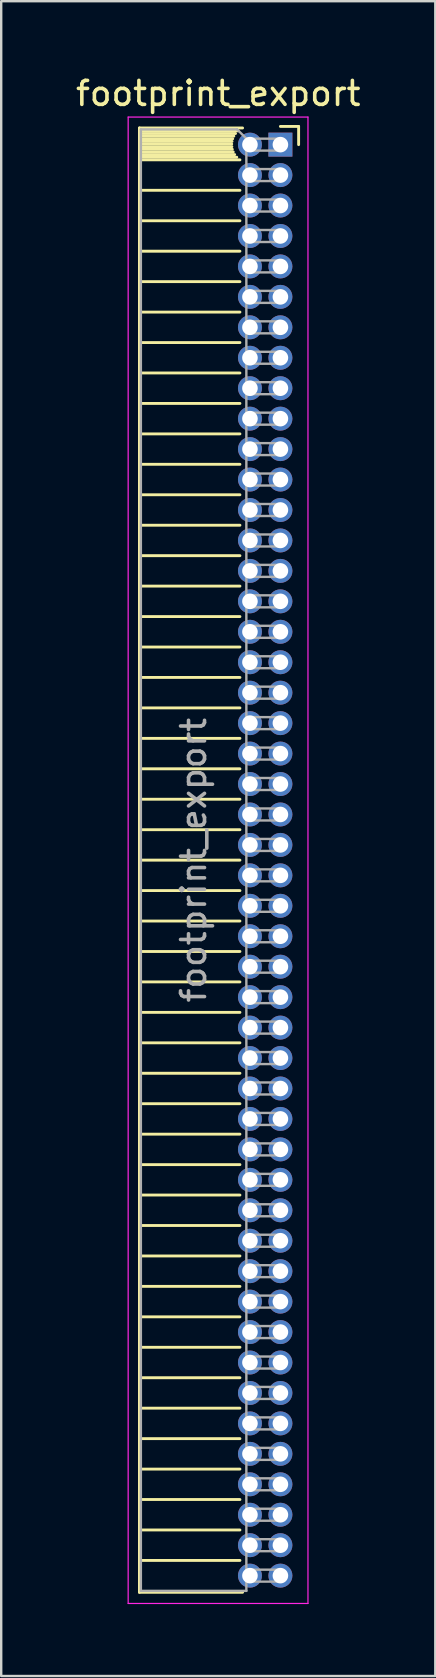
<source format=kicad_pcb>
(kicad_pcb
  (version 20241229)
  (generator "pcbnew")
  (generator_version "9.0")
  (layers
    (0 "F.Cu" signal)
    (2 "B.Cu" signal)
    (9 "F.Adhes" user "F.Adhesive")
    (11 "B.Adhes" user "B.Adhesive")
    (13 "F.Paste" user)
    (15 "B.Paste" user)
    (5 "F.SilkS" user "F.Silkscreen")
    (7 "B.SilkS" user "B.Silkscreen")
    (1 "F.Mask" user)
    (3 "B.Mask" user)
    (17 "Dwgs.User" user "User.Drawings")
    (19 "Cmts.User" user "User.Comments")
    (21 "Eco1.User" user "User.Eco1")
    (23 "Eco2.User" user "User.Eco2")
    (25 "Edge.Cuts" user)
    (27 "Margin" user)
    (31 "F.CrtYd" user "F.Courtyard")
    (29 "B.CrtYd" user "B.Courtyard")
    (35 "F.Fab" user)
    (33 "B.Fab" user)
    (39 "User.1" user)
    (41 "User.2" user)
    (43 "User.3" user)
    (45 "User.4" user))
  (footprint "footprint_export"
    (layer "F.Cu")
    (at 8.646 2.983)
    (property "Reference" "footprint_export" (at -2.592 -2.135 0) (layer "F.SilkS") (effects (font (size 1 1) (thickness 0.15))))
    (attr through_hole)
    (fp_line (start -5.88 -0.695) (end -5.88 60.385) (stroke (width 0.12) (type solid)) (layer "F.SilkS"))
    (fp_line (start -5.88 -0.695) (end -1.578 -0.695) (stroke (width 0.12) (type solid)) (layer "F.SilkS"))
    (fp_line (start -5.88 -0.575) (end -1.767 -0.575) (stroke (width 0.12) (type solid)) (layer "F.SilkS"))
    (fp_line (start -5.88 -0.465) (end -1.871 -0.465) (stroke (width 0.12) (type solid)) (layer "F.SilkS"))
    (fp_line (start -5.88 -0.355) (end -1.942 -0.355) (stroke (width 0.12) (type solid)) (layer "F.SilkS"))
    (fp_line (start -5.88 -0.245) (end -1.989 -0.245) (stroke (width 0.12) (type solid)) (layer "F.SilkS"))
    (fp_line (start -5.88 -0.135) (end -2.018 -0.135) (stroke (width 0.12) (type solid)) (layer "F.SilkS"))
    (fp_line (start -5.88 -0.025) (end -2.03 -0.025) (stroke (width 0.12) (type solid)) (layer "F.SilkS"))
    (fp_line (start -5.88 0.085) (end -2.025 0.085) (stroke (width 0.12) (type solid)) (layer "F.SilkS"))
    (fp_line (start -5.88 0.195) (end -2.005 0.195) (stroke (width 0.12) (type solid)) (layer "F.SilkS"))
    (fp_line (start -5.88 0.305) (end -1.966 0.305) (stroke (width 0.12) (type solid)) (layer "F.SilkS"))
    (fp_line (start -5.88 0.415) (end -1.907 0.415) (stroke (width 0.12) (type solid)) (layer "F.SilkS"))
    (fp_line (start -5.88 0.525) (end -1.82 0.525) (stroke (width 0.12) (type solid)) (layer "F.SilkS"))
    (fp_line (start -5.88 0.635) (end -1.688 0.635) (stroke (width 0.12) (type solid)) (layer "F.SilkS"))
    (fp_line (start -5.88 1.905) (end -1.688 1.905) (stroke (width 0.12) (type solid)) (layer "F.SilkS"))
    (fp_line (start -5.88 3.175) (end -1.688 3.175) (stroke (width 0.12) (type solid)) (layer "F.SilkS"))
    (fp_line (start -5.88 4.445) (end -1.688 4.445) (stroke (width 0.12) (type solid)) (layer "F.SilkS"))
    (fp_line (start -5.88 5.715) (end -1.688 5.715) (stroke (width 0.12) (type solid)) (layer "F.SilkS"))
    (fp_line (start -5.88 6.985) (end -1.688 6.985) (stroke (width 0.12) (type solid)) (layer "F.SilkS"))
    (fp_line (start -5.88 8.255) (end -1.688 8.255) (stroke (width 0.12) (type solid)) (layer "F.SilkS"))
    (fp_line (start -5.88 9.525) (end -1.688 9.525) (stroke (width 0.12) (type solid)) (layer "F.SilkS"))
    (fp_line (start -5.88 10.795) (end -1.688 10.795) (stroke (width 0.12) (type solid)) (layer "F.SilkS"))
    (fp_line (start -5.88 12.065) (end -1.688 12.065) (stroke (width 0.12) (type solid)) (layer "F.SilkS"))
    (fp_line (start -5.88 13.335) (end -1.688 13.335) (stroke (width 0.12) (type solid)) (layer "F.SilkS"))
    (fp_line (start -5.88 14.605) (end -1.688 14.605) (stroke (width 0.12) (type solid)) (layer "F.SilkS"))
    (fp_line (start -5.88 15.875) (end -1.688 15.875) (stroke (width 0.12) (type solid)) (layer "F.SilkS"))
    (fp_line (start -5.88 17.145) (end -1.688 17.145) (stroke (width 0.12) (type solid)) (layer "F.SilkS"))
    (fp_line (start -5.88 18.415) (end -1.688 18.415) (stroke (width 0.12) (type solid)) (layer "F.SilkS"))
    (fp_line (start -5.88 19.685) (end -1.688 19.685) (stroke (width 0.12) (type solid)) (layer "F.SilkS"))
    (fp_line (start -5.88 20.955) (end -1.688 20.955) (stroke (width 0.12) (type solid)) (layer "F.SilkS"))
    (fp_line (start -5.88 22.225) (end -1.688 22.225) (stroke (width 0.12) (type solid)) (layer "F.SilkS"))
    (fp_line (start -5.88 23.495) (end -1.688 23.495) (stroke (width 0.12) (type solid)) (layer "F.SilkS"))
    (fp_line (start -5.88 24.765) (end -1.688 24.765) (stroke (width 0.12) (type solid)) (layer "F.SilkS"))
    (fp_line (start -5.88 26.035) (end -1.688 26.035) (stroke (width 0.12) (type solid)) (layer "F.SilkS"))
    (fp_line (start -5.88 27.305) (end -1.688 27.305) (stroke (width 0.12) (type solid)) (layer "F.SilkS"))
    (fp_line (start -5.88 28.575) (end -1.688 28.575) (stroke (width 0.12) (type solid)) (layer "F.SilkS"))
    (fp_line (start -5.88 29.845) (end -1.688 29.845) (stroke (width 0.12) (type solid)) (layer "F.SilkS"))
    (fp_line (start -5.88 31.115) (end -1.688 31.115) (stroke (width 0.12) (type solid)) (layer "F.SilkS"))
    (fp_line (start -5.88 32.385) (end -1.688 32.385) (stroke (width 0.12) (type solid)) (layer "F.SilkS"))
    (fp_line (start -5.88 33.655) (end -1.688 33.655) (stroke (width 0.12) (type solid)) (layer "F.SilkS"))
    (fp_line (start -5.88 34.925) (end -1.688 34.925) (stroke (width 0.12) (type solid)) (layer "F.SilkS"))
    (fp_line (start -5.88 36.195) (end -1.688 36.195) (stroke (width 0.12) (type solid)) (layer "F.SilkS"))
    (fp_line (start -5.88 37.465) (end -1.688 37.465) (stroke (width 0.12) (type solid)) (layer "F.SilkS"))
    (fp_line (start -5.88 38.735) (end -1.688 38.735) (stroke (width 0.12) (type solid)) (layer "F.SilkS"))
    (fp_line (start -5.88 40.005) (end -1.688 40.005) (stroke (width 0.12) (type solid)) (layer "F.SilkS"))
    (fp_line (start -5.88 41.275) (end -1.688 41.275) (stroke (width 0.12) (type solid)) (layer "F.SilkS"))
    (fp_line (start -5.88 42.545) (end -1.688 42.545) (stroke (width 0.12) (type solid)) (layer "F.SilkS"))
    (fp_line (start -5.88 43.815) (end -1.688 43.815) (stroke (width 0.12) (type solid)) (layer "F.SilkS"))
    (fp_line (start -5.88 45.085) (end -1.688 45.085) (stroke (width 0.12) (type solid)) (layer "F.SilkS"))
    (fp_line (start -5.88 46.355) (end -1.688 46.355) (stroke (width 0.12) (type solid)) (layer "F.SilkS"))
    (fp_line (start -5.88 47.625) (end -1.688 47.625) (stroke (width 0.12) (type solid)) (layer "F.SilkS"))
    (fp_line (start -5.88 48.895) (end -1.688 48.895) (stroke (width 0.12) (type solid)) (layer "F.SilkS"))
    (fp_line (start -5.88 50.165) (end -1.688 50.165) (stroke (width 0.12) (type solid)) (layer "F.SilkS"))
    (fp_line (start -5.88 51.435) (end -1.688 51.435) (stroke (width 0.12) (type solid)) (layer "F.SilkS"))
    (fp_line (start -5.88 52.705) (end -1.688 52.705) (stroke (width 0.12) (type solid)) (layer "F.SilkS"))
    (fp_line (start -5.88 53.975) (end -1.688 53.975) (stroke (width 0.12) (type solid)) (layer "F.SilkS"))
    (fp_line (start -5.88 55.245) (end -1.688 55.245) (stroke (width 0.12) (type solid)) (layer "F.SilkS"))
    (fp_line (start -5.88 56.515) (end -1.688 56.515) (stroke (width 0.12) (type solid)) (layer "F.SilkS"))
    (fp_line (start -5.88 57.785) (end -1.688 57.785) (stroke (width 0.12) (type solid)) (layer "F.SilkS"))
    (fp_line (start -5.88 59.055) (end -1.688 59.055) (stroke (width 0.12) (type solid)) (layer "F.SilkS"))
    (fp_line (start -5.88 60.385) (end -1.578 60.385) (stroke (width 0.12) (type solid)) (layer "F.SilkS"))
    (fp_line (start 0 -0.76) (end 0.76 -0.76) (stroke (width 0.12) (type solid)) (layer "F.SilkS"))
    (fp_line (start 0.76 -0.76) (end 0.76 0) (stroke (width 0.12) (type solid)) (layer "F.SilkS"))
    (fp_line (start -6.35 -1.15) (end -6.35 60.85) (stroke (width 0.05) (type solid)) (layer "F.CrtYd"))
    (fp_line (start -6.35 60.85) (end 1.15 60.85) (stroke (width 0.05) (type solid)) (layer "F.CrtYd"))
    (fp_line (start 1.15 -1.15) (end -6.35 -1.15) (stroke (width 0.05) (type solid)) (layer "F.CrtYd"))
    (fp_line (start 1.15 60.85) (end 1.15 -1.15) (stroke (width 0.05) (type solid)) (layer "F.CrtYd"))
    (fp_line (start -5.82 -0.635) (end -1.805 -0.635) (stroke (width 0.1) (type solid)) (layer "F.Fab"))
    (fp_line (start -5.82 60.325) (end -5.82 -0.635) (stroke (width 0.1) (type solid)) (layer "F.Fab"))
    (fp_line (start -1.805 -0.635) (end -1.42 -0.25) (stroke (width 0.1) (type solid)) (layer "F.Fab"))
    (fp_line (start -1.42 -0.25) (end -1.42 60.325) (stroke (width 0.1) (type solid)) (layer "F.Fab"))
    (fp_line (start -1.42 0.25) (end 0 0.25) (stroke (width 0.1) (type solid)) (layer "F.Fab"))
    (fp_line (start -1.42 1.52) (end 0 1.52) (stroke (width 0.1) (type solid)) (layer "F.Fab"))
    (fp_line (start -1.42 2.79) (end 0 2.79) (stroke (width 0.1) (type solid)) (layer "F.Fab"))
    (fp_line (start -1.42 4.06) (end 0 4.06) (stroke (width 0.1) (type solid)) (layer "F.Fab"))
    (fp_line (start -1.42 5.33) (end 0 5.33) (stroke (width 0.1) (type solid)) (layer "F.Fab"))
    (fp_line (start -1.42 6.6) (end 0 6.6) (stroke (width 0.1) (type solid)) (layer "F.Fab"))
    (fp_line (start -1.42 7.87) (end 0 7.87) (stroke (width 0.1) (type solid)) (layer "F.Fab"))
    (fp_line (start -1.42 9.14) (end 0 9.14) (stroke (width 0.1) (type solid)) (layer "F.Fab"))
    (fp_line (start -1.42 10.41) (end 0 10.41) (stroke (width 0.1) (type solid)) (layer "F.Fab"))
    (fp_line (start -1.42 11.68) (end 0 11.68) (stroke (width 0.1) (type solid)) (layer "F.Fab"))
    (fp_line (start -1.42 12.95) (end 0 12.95) (stroke (width 0.1) (type solid)) (layer "F.Fab"))
    (fp_line (start -1.42 14.22) (end 0 14.22) (stroke (width 0.1) (type solid)) (layer "F.Fab"))
    (fp_line (start -1.42 15.49) (end 0 15.49) (stroke (width 0.1) (type solid)) (layer "F.Fab"))
    (fp_line (start -1.42 16.76) (end 0 16.76) (stroke (width 0.1) (type solid)) (layer "F.Fab"))
    (fp_line (start -1.42 18.03) (end 0 18.03) (stroke (width 0.1) (type solid)) (layer "F.Fab"))
    (fp_line (start -1.42 19.3) (end 0 19.3) (stroke (width 0.1) (type solid)) (layer "F.Fab"))
    (fp_line (start -1.42 20.57) (end 0 20.57) (stroke (width 0.1) (type solid)) (layer "F.Fab"))
    (fp_line (start -1.42 21.84) (end 0 21.84) (stroke (width 0.1) (type solid)) (layer "F.Fab"))
    (fp_line (start -1.42 23.11) (end 0 23.11) (stroke (width 0.1) (type solid)) (layer "F.Fab"))
    (fp_line (start -1.42 24.38) (end 0 24.38) (stroke (width 0.1) (type solid)) (layer "F.Fab"))
    (fp_line (start -1.42 25.65) (end 0 25.65) (stroke (width 0.1) (type solid)) (layer "F.Fab"))
    (fp_line (start -1.42 26.92) (end 0 26.92) (stroke (width 0.1) (type solid)) (layer "F.Fab"))
    (fp_line (start -1.42 28.19) (end 0 28.19) (stroke (width 0.1) (type solid)) (layer "F.Fab"))
    (fp_line (start -1.42 29.46) (end 0 29.46) (stroke (width 0.1) (type solid)) (layer "F.Fab"))
    (fp_line (start -1.42 30.73) (end 0 30.73) (stroke (width 0.1) (type solid)) (layer "F.Fab"))
    (fp_line (start -1.42 32) (end 0 32) (stroke (width 0.1) (type solid)) (layer "F.Fab"))
    (fp_line (start -1.42 33.27) (end 0 33.27) (stroke (width 0.1) (type solid)) (layer "F.Fab"))
    (fp_line (start -1.42 34.54) (end 0 34.54) (stroke (width 0.1) (type solid)) (layer "F.Fab"))
    (fp_line (start -1.42 35.81) (end 0 35.81) (stroke (width 0.1) (type solid)) (layer "F.Fab"))
    (fp_line (start -1.42 37.08) (end 0 37.08) (stroke (width 0.1) (type solid)) (layer "F.Fab"))
    (fp_line (start -1.42 38.35) (end 0 38.35) (stroke (width 0.1) (type solid)) (layer "F.Fab"))
    (fp_line (start -1.42 39.62) (end 0 39.62) (stroke (width 0.1) (type solid)) (layer "F.Fab"))
    (fp_line (start -1.42 40.89) (end 0 40.89) (stroke (width 0.1) (type solid)) (layer "F.Fab"))
    (fp_line (start -1.42 42.16) (end 0 42.16) (stroke (width 0.1) (type solid)) (layer "F.Fab"))
    (fp_line (start -1.42 43.43) (end 0 43.43) (stroke (width 0.1) (type solid)) (layer "F.Fab"))
    (fp_line (start -1.42 44.7) (end 0 44.7) (stroke (width 0.1) (type solid)) (layer "F.Fab"))
    (fp_line (start -1.42 45.97) (end 0 45.97) (stroke (width 0.1) (type solid)) (layer "F.Fab"))
    (fp_line (start -1.42 47.24) (end 0 47.24) (stroke (width 0.1) (type solid)) (layer "F.Fab"))
    (fp_line (start -1.42 48.51) (end 0 48.51) (stroke (width 0.1) (type solid)) (layer "F.Fab"))
    (fp_line (start -1.42 49.78) (end 0 49.78) (stroke (width 0.1) (type solid)) (layer "F.Fab"))
    (fp_line (start -1.42 51.05) (end 0 51.05) (stroke (width 0.1) (type solid)) (layer "F.Fab"))
    (fp_line (start -1.42 52.32) (end 0 52.32) (stroke (width 0.1) (type solid)) (layer "F.Fab"))
    (fp_line (start -1.42 53.59) (end 0 53.59) (stroke (width 0.1) (type solid)) (layer "F.Fab"))
    (fp_line (start -1.42 54.86) (end 0 54.86) (stroke (width 0.1) (type solid)) (layer "F.Fab"))
    (fp_line (start -1.42 56.13) (end 0 56.13) (stroke (width 0.1) (type solid)) (layer "F.Fab"))
    (fp_line (start -1.42 57.4) (end 0 57.4) (stroke (width 0.1) (type solid)) (layer "F.Fab"))
    (fp_line (start -1.42 58.67) (end 0 58.67) (stroke (width 0.1) (type solid)) (layer "F.Fab"))
    (fp_line (start -1.42 59.94) (end 0 59.94) (stroke (width 0.1) (type solid)) (layer "F.Fab"))
    (fp_line (start -1.42 60.325) (end -5.82 60.325) (stroke (width 0.1) (type solid)) (layer "F.Fab"))
    (fp_line (start 0 -0.25) (end -1.42 -0.25) (stroke (width 0.1) (type solid)) (layer "F.Fab"))
    (fp_line (start 0 0.25) (end 0 -0.25) (stroke (width 0.1) (type solid)) (layer "F.Fab"))
    (fp_line (start 0 1.02) (end -1.42 1.02) (stroke (width 0.1) (type solid)) (layer "F.Fab"))
    (fp_line (start 0 1.52) (end 0 1.02) (stroke (width 0.1) (type solid)) (layer "F.Fab"))
    (fp_line (start 0 2.29) (end -1.42 2.29) (stroke (width 0.1) (type solid)) (layer "F.Fab"))
    (fp_line (start 0 2.79) (end 0 2.29) (stroke (width 0.1) (type solid)) (layer "F.Fab"))
    (fp_line (start 0 3.56) (end -1.42 3.56) (stroke (width 0.1) (type solid)) (layer "F.Fab"))
    (fp_line (start 0 4.06) (end 0 3.56) (stroke (width 0.1) (type solid)) (layer "F.Fab"))
    (fp_line (start 0 4.83) (end -1.42 4.83) (stroke (width 0.1) (type solid)) (layer "F.Fab"))
    (fp_line (start 0 5.33) (end 0 4.83) (stroke (width 0.1) (type solid)) (layer "F.Fab"))
    (fp_line (start 0 6.1) (end -1.42 6.1) (stroke (width 0.1) (type solid)) (layer "F.Fab"))
    (fp_line (start 0 6.6) (end 0 6.1) (stroke (width 0.1) (type solid)) (layer "F.Fab"))
    (fp_line (start 0 7.37) (end -1.42 7.37) (stroke (width 0.1) (type solid)) (layer "F.Fab"))
    (fp_line (start 0 7.87) (end 0 7.37) (stroke (width 0.1) (type solid)) (layer "F.Fab"))
    (fp_line (start 0 8.64) (end -1.42 8.64) (stroke (width 0.1) (type solid)) (layer "F.Fab"))
    (fp_line (start 0 9.14) (end 0 8.64) (stroke (width 0.1) (type solid)) (layer "F.Fab"))
    (fp_line (start 0 9.91) (end -1.42 9.91) (stroke (width 0.1) (type solid)) (layer "F.Fab"))
    (fp_line (start 0 10.41) (end 0 9.91) (stroke (width 0.1) (type solid)) (layer "F.Fab"))
    (fp_line (start 0 11.18) (end -1.42 11.18) (stroke (width 0.1) (type solid)) (layer "F.Fab"))
    (fp_line (start 0 11.68) (end 0 11.18) (stroke (width 0.1) (type solid)) (layer "F.Fab"))
    (fp_line (start 0 12.45) (end -1.42 12.45) (stroke (width 0.1) (type solid)) (layer "F.Fab"))
    (fp_line (start 0 12.95) (end 0 12.45) (stroke (width 0.1) (type solid)) (layer "F.Fab"))
    (fp_line (start 0 13.72) (end -1.42 13.72) (stroke (width 0.1) (type solid)) (layer "F.Fab"))
    (fp_line (start 0 14.22) (end 0 13.72) (stroke (width 0.1) (type solid)) (layer "F.Fab"))
    (fp_line (start 0 14.99) (end -1.42 14.99) (stroke (width 0.1) (type solid)) (layer "F.Fab"))
    (fp_line (start 0 15.49) (end 0 14.99) (stroke (width 0.1) (type solid)) (layer "F.Fab"))
    (fp_line (start 0 16.26) (end -1.42 16.26) (stroke (width 0.1) (type solid)) (layer "F.Fab"))
    (fp_line (start 0 16.76) (end 0 16.26) (stroke (width 0.1) (type solid)) (layer "F.Fab"))
    (fp_line (start 0 17.53) (end -1.42 17.53) (stroke (width 0.1) (type solid)) (layer "F.Fab"))
    (fp_line (start 0 18.03) (end 0 17.53) (stroke (width 0.1) (type solid)) (layer "F.Fab"))
    (fp_line (start 0 18.8) (end -1.42 18.8) (stroke (width 0.1) (type solid)) (layer "F.Fab"))
    (fp_line (start 0 19.3) (end 0 18.8) (stroke (width 0.1) (type solid)) (layer "F.Fab"))
    (fp_line (start 0 20.07) (end -1.42 20.07) (stroke (width 0.1) (type solid)) (layer "F.Fab"))
    (fp_line (start 0 20.57) (end 0 20.07) (stroke (width 0.1) (type solid)) (layer "F.Fab"))
    (fp_line (start 0 21.34) (end -1.42 21.34) (stroke (width 0.1) (type solid)) (layer "F.Fab"))
    (fp_line (start 0 21.84) (end 0 21.34) (stroke (width 0.1) (type solid)) (layer "F.Fab"))
    (fp_line (start 0 22.61) (end -1.42 22.61) (stroke (width 0.1) (type solid)) (layer "F.Fab"))
    (fp_line (start 0 23.11) (end 0 22.61) (stroke (width 0.1) (type solid)) (layer "F.Fab"))
    (fp_line (start 0 23.88) (end -1.42 23.88) (stroke (width 0.1) (type solid)) (layer "F.Fab"))
    (fp_line (start 0 24.38) (end 0 23.88) (stroke (width 0.1) (type solid)) (layer "F.Fab"))
    (fp_line (start 0 25.15) (end -1.42 25.15) (stroke (width 0.1) (type solid)) (layer "F.Fab"))
    (fp_line (start 0 25.65) (end 0 25.15) (stroke (width 0.1) (type solid)) (layer "F.Fab"))
    (fp_line (start 0 26.42) (end -1.42 26.42) (stroke (width 0.1) (type solid)) (layer "F.Fab"))
    (fp_line (start 0 26.92) (end 0 26.42) (stroke (width 0.1) (type solid)) (layer "F.Fab"))
    (fp_line (start 0 27.69) (end -1.42 27.69) (stroke (width 0.1) (type solid)) (layer "F.Fab"))
    (fp_line (start 0 28.19) (end 0 27.69) (stroke (width 0.1) (type solid)) (layer "F.Fab"))
    (fp_line (start 0 28.96) (end -1.42 28.96) (stroke (width 0.1) (type solid)) (layer "F.Fab"))
    (fp_line (start 0 29.46) (end 0 28.96) (stroke (width 0.1) (type solid)) (layer "F.Fab"))
    (fp_line (start 0 30.23) (end -1.42 30.23) (stroke (width 0.1) (type solid)) (layer "F.Fab"))
    (fp_line (start 0 30.73) (end 0 30.23) (stroke (width 0.1) (type solid)) (layer "F.Fab"))
    (fp_line (start 0 31.5) (end -1.42 31.5) (stroke (width 0.1) (type solid)) (layer "F.Fab"))
    (fp_line (start 0 32) (end 0 31.5) (stroke (width 0.1) (type solid)) (layer "F.Fab"))
    (fp_line (start 0 32.77) (end -1.42 32.77) (stroke (width 0.1) (type solid)) (layer "F.Fab"))
    (fp_line (start 0 33.27) (end 0 32.77) (stroke (width 0.1) (type solid)) (layer "F.Fab"))
    (fp_line (start 0 34.04) (end -1.42 34.04) (stroke (width 0.1) (type solid)) (layer "F.Fab"))
    (fp_line (start 0 34.54) (end 0 34.04) (stroke (width 0.1) (type solid)) (layer "F.Fab"))
    (fp_line (start 0 35.31) (end -1.42 35.31) (stroke (width 0.1) (type solid)) (layer "F.Fab"))
    (fp_line (start 0 35.81) (end 0 35.31) (stroke (width 0.1) (type solid)) (layer "F.Fab"))
    (fp_line (start 0 36.58) (end -1.42 36.58) (stroke (width 0.1) (type solid)) (layer "F.Fab"))
    (fp_line (start 0 37.08) (end 0 36.58) (stroke (width 0.1) (type solid)) (layer "F.Fab"))
    (fp_line (start 0 37.85) (end -1.42 37.85) (stroke (width 0.1) (type solid)) (layer "F.Fab"))
    (fp_line (start 0 38.35) (end 0 37.85) (stroke (width 0.1) (type solid)) (layer "F.Fab"))
    (fp_line (start 0 39.12) (end -1.42 39.12) (stroke (width 0.1) (type solid)) (layer "F.Fab"))
    (fp_line (start 0 39.62) (end 0 39.12) (stroke (width 0.1) (type solid)) (layer "F.Fab"))
    (fp_line (start 0 40.39) (end -1.42 40.39) (stroke (width 0.1) (type solid)) (layer "F.Fab"))
    (fp_line (start 0 40.89) (end 0 40.39) (stroke (width 0.1) (type solid)) (layer "F.Fab"))
    (fp_line (start 0 41.66) (end -1.42 41.66) (stroke (width 0.1) (type solid)) (layer "F.Fab"))
    (fp_line (start 0 42.16) (end 0 41.66) (stroke (width 0.1) (type solid)) (layer "F.Fab"))
    (fp_line (start 0 42.93) (end -1.42 42.93) (stroke (width 0.1) (type solid)) (layer "F.Fab"))
    (fp_line (start 0 43.43) (end 0 42.93) (stroke (width 0.1) (type solid)) (layer "F.Fab"))
    (fp_line (start 0 44.2) (end -1.42 44.2) (stroke (width 0.1) (type solid)) (layer "F.Fab"))
    (fp_line (start 0 44.7) (end 0 44.2) (stroke (width 0.1) (type solid)) (layer "F.Fab"))
    (fp_line (start 0 45.47) (end -1.42 45.47) (stroke (width 0.1) (type solid)) (layer "F.Fab"))
    (fp_line (start 0 45.97) (end 0 45.47) (stroke (width 0.1) (type solid)) (layer "F.Fab"))
    (fp_line (start 0 46.74) (end -1.42 46.74) (stroke (width 0.1) (type solid)) (layer "F.Fab"))
    (fp_line (start 0 47.24) (end 0 46.74) (stroke (width 0.1) (type solid)) (layer "F.Fab"))
    (fp_line (start 0 48.01) (end -1.42 48.01) (stroke (width 0.1) (type solid)) (layer "F.Fab"))
    (fp_line (start 0 48.51) (end 0 48.01) (stroke (width 0.1) (type solid)) (layer "F.Fab"))
    (fp_line (start 0 49.28) (end -1.42 49.28) (stroke (width 0.1) (type solid)) (layer "F.Fab"))
    (fp_line (start 0 49.78) (end 0 49.28) (stroke (width 0.1) (type solid)) (layer "F.Fab"))
    (fp_line (start 0 50.55) (end -1.42 50.55) (stroke (width 0.1) (type solid)) (layer "F.Fab"))
    (fp_line (start 0 51.05) (end 0 50.55) (stroke (width 0.1) (type solid)) (layer "F.Fab"))
    (fp_line (start 0 51.82) (end -1.42 51.82) (stroke (width 0.1) (type solid)) (layer "F.Fab"))
    (fp_line (start 0 52.32) (end 0 51.82) (stroke (width 0.1) (type solid)) (layer "F.Fab"))
    (fp_line (start 0 53.09) (end -1.42 53.09) (stroke (width 0.1) (type solid)) (layer "F.Fab"))
    (fp_line (start 0 53.59) (end 0 53.09) (stroke (width 0.1) (type solid)) (layer "F.Fab"))
    (fp_line (start 0 54.36) (end -1.42 54.36) (stroke (width 0.1) (type solid)) (layer "F.Fab"))
    (fp_line (start 0 54.86) (end 0 54.36) (stroke (width 0.1) (type solid)) (layer "F.Fab"))
    (fp_line (start 0 55.63) (end -1.42 55.63) (stroke (width 0.1) (type solid)) (layer "F.Fab"))
    (fp_line (start 0 56.13) (end 0 55.63) (stroke (width 0.1) (type solid)) (layer "F.Fab"))
    (fp_line (start 0 56.9) (end -1.42 56.9) (stroke (width 0.1) (type solid)) (layer "F.Fab"))
    (fp_line (start 0 57.4) (end 0 56.9) (stroke (width 0.1) (type solid)) (layer "F.Fab"))
    (fp_line (start 0 58.17) (end -1.42 58.17) (stroke (width 0.1) (type solid)) (layer "F.Fab"))
    (fp_line (start 0 58.67) (end 0 58.17) (stroke (width 0.1) (type solid)) (layer "F.Fab"))
    (fp_line (start 0 59.44) (end -1.42 59.44) (stroke (width 0.1) (type solid)) (layer "F.Fab"))
    (fp_line (start 0 59.94) (end 0 59.44) (stroke (width 0.1) (type solid)) (layer "F.Fab"))
    (fp_text user "${REFERENCE}" (at -3.62 29.845 90) (layer "F.Fab") (effects (font (size 1 1) (thickness 0.15))))
    (pad "1" thru_hole rect (at 0 0) (size 1 1) (drill 0.65) (layers "*.Cu" "*.Mask"))
    (pad "2" thru_hole oval (at -1.27 0) (size 1 1) (drill 0.65) (layers "*.Cu" "*.Mask"))
    (pad "3" thru_hole oval (at 0 1.27) (size 1 1) (drill 0.65) (layers "*.Cu" "*.Mask"))
    (pad "4" thru_hole oval (at -1.27 1.27) (size 1 1) (drill 0.65) (layers "*.Cu" "*.Mask"))
    (pad "5" thru_hole oval (at 0 2.54) (size 1 1) (drill 0.65) (layers "*.Cu" "*.Mask"))
    (pad "6" thru_hole oval (at -1.27 2.54) (size 1 1) (drill 0.65) (layers "*.Cu" "*.Mask"))
    (pad "7" thru_hole oval (at 0 3.81) (size 1 1) (drill 0.65) (layers "*.Cu" "*.Mask"))
    (pad "8" thru_hole oval (at -1.27 3.81) (size 1 1) (drill 0.65) (layers "*.Cu" "*.Mask"))
    (pad "9" thru_hole oval (at 0 5.08) (size 1 1) (drill 0.65) (layers "*.Cu" "*.Mask"))
    (pad "10" thru_hole oval (at -1.27 5.08) (size 1 1) (drill 0.65) (layers "*.Cu" "*.Mask"))
    (pad "11" thru_hole oval (at 0 6.35) (size 1 1) (drill 0.65) (layers "*.Cu" "*.Mask"))
    (pad "12" thru_hole oval (at -1.27 6.35) (size 1 1) (drill 0.65) (layers "*.Cu" "*.Mask"))
    (pad "13" thru_hole oval (at 0 7.62) (size 1 1) (drill 0.65) (layers "*.Cu" "*.Mask"))
    (pad "14" thru_hole oval (at -1.27 7.62) (size 1 1) (drill 0.65) (layers "*.Cu" "*.Mask"))
    (pad "15" thru_hole oval (at 0 8.89) (size 1 1) (drill 0.65) (layers "*.Cu" "*.Mask"))
    (pad "16" thru_hole oval (at -1.27 8.89) (size 1 1) (drill 0.65) (layers "*.Cu" "*.Mask"))
    (pad "17" thru_hole oval (at 0 10.16) (size 1 1) (drill 0.65) (layers "*.Cu" "*.Mask"))
    (pad "18" thru_hole oval (at -1.27 10.16) (size 1 1) (drill 0.65) (layers "*.Cu" "*.Mask"))
    (pad "19" thru_hole oval (at 0 11.43) (size 1 1) (drill 0.65) (layers "*.Cu" "*.Mask"))
    (pad "20" thru_hole oval (at -1.27 11.43) (size 1 1) (drill 0.65) (layers "*.Cu" "*.Mask"))
    (pad "21" thru_hole oval (at 0 12.7) (size 1 1) (drill 0.65) (layers "*.Cu" "*.Mask"))
    (pad "22" thru_hole oval (at -1.27 12.7) (size 1 1) (drill 0.65) (layers "*.Cu" "*.Mask"))
    (pad "23" thru_hole oval (at 0 13.97) (size 1 1) (drill 0.65) (layers "*.Cu" "*.Mask"))
    (pad "24" thru_hole oval (at -1.27 13.97) (size 1 1) (drill 0.65) (layers "*.Cu" "*.Mask"))
    (pad "25" thru_hole oval (at 0 15.24) (size 1 1) (drill 0.65) (layers "*.Cu" "*.Mask"))
    (pad "26" thru_hole oval (at -1.27 15.24) (size 1 1) (drill 0.65) (layers "*.Cu" "*.Mask"))
    (pad "27" thru_hole oval (at 0 16.51) (size 1 1) (drill 0.65) (layers "*.Cu" "*.Mask"))
    (pad "28" thru_hole oval (at -1.27 16.51) (size 1 1) (drill 0.65) (layers "*.Cu" "*.Mask"))
    (pad "29" thru_hole oval (at 0 17.78) (size 1 1) (drill 0.65) (layers "*.Cu" "*.Mask"))
    (pad "30" thru_hole oval (at -1.27 17.78) (size 1 1) (drill 0.65) (layers "*.Cu" "*.Mask"))
    (pad "31" thru_hole oval (at 0 19.05) (size 1 1) (drill 0.65) (layers "*.Cu" "*.Mask"))
    (pad "32" thru_hole oval (at -1.27 19.05) (size 1 1) (drill 0.65) (layers "*.Cu" "*.Mask"))
    (pad "33" thru_hole oval (at 0 20.32) (size 1 1) (drill 0.65) (layers "*.Cu" "*.Mask"))
    (pad "34" thru_hole oval (at -1.27 20.32) (size 1 1) (drill 0.65) (layers "*.Cu" "*.Mask"))
    (pad "35" thru_hole oval (at 0 21.59) (size 1 1) (drill 0.65) (layers "*.Cu" "*.Mask"))
    (pad "36" thru_hole oval (at -1.27 21.59) (size 1 1) (drill 0.65) (layers "*.Cu" "*.Mask"))
    (pad "37" thru_hole oval (at 0 22.86) (size 1 1) (drill 0.65) (layers "*.Cu" "*.Mask"))
    (pad "38" thru_hole oval (at -1.27 22.86) (size 1 1) (drill 0.65) (layers "*.Cu" "*.Mask"))
    (pad "39" thru_hole oval (at 0 24.13) (size 1 1) (drill 0.65) (layers "*.Cu" "*.Mask"))
    (pad "40" thru_hole oval (at -1.27 24.13) (size 1 1) (drill 0.65) (layers "*.Cu" "*.Mask"))
    (pad "41" thru_hole oval (at 0 25.4) (size 1 1) (drill 0.65) (layers "*.Cu" "*.Mask"))
    (pad "42" thru_hole oval (at -1.27 25.4) (size 1 1) (drill 0.65) (layers "*.Cu" "*.Mask"))
    (pad "43" thru_hole oval (at 0 26.67) (size 1 1) (drill 0.65) (layers "*.Cu" "*.Mask"))
    (pad "44" thru_hole oval (at -1.27 26.67) (size 1 1) (drill 0.65) (layers "*.Cu" "*.Mask"))
    (pad "45" thru_hole oval (at 0 27.94) (size 1 1) (drill 0.65) (layers "*.Cu" "*.Mask"))
    (pad "46" thru_hole oval (at -1.27 27.94) (size 1 1) (drill 0.65) (layers "*.Cu" "*.Mask"))
    (pad "47" thru_hole oval (at 0 29.21) (size 1 1) (drill 0.65) (layers "*.Cu" "*.Mask"))
    (pad "48" thru_hole oval (at -1.27 29.21) (size 1 1) (drill 0.65) (layers "*.Cu" "*.Mask"))
    (pad "49" thru_hole oval (at 0 30.48) (size 1 1) (drill 0.65) (layers "*.Cu" "*.Mask"))
    (pad "50" thru_hole oval (at -1.27 30.48) (size 1 1) (drill 0.65) (layers "*.Cu" "*.Mask"))
    (pad "51" thru_hole oval (at 0 31.75) (size 1 1) (drill 0.65) (layers "*.Cu" "*.Mask"))
    (pad "52" thru_hole oval (at -1.27 31.75) (size 1 1) (drill 0.65) (layers "*.Cu" "*.Mask"))
    (pad "53" thru_hole oval (at 0 33.02) (size 1 1) (drill 0.65) (layers "*.Cu" "*.Mask"))
    (pad "54" thru_hole oval (at -1.27 33.02) (size 1 1) (drill 0.65) (layers "*.Cu" "*.Mask"))
    (pad "55" thru_hole oval (at 0 34.29) (size 1 1) (drill 0.65) (layers "*.Cu" "*.Mask"))
    (pad "56" thru_hole oval (at -1.27 34.29) (size 1 1) (drill 0.65) (layers "*.Cu" "*.Mask"))
    (pad "57" thru_hole oval (at 0 35.56) (size 1 1) (drill 0.65) (layers "*.Cu" "*.Mask"))
    (pad "58" thru_hole oval (at -1.27 35.56) (size 1 1) (drill 0.65) (layers "*.Cu" "*.Mask"))
    (pad "59" thru_hole oval (at 0 36.83) (size 1 1) (drill 0.65) (layers "*.Cu" "*.Mask"))
    (pad "60" thru_hole oval (at -1.27 36.83) (size 1 1) (drill 0.65) (layers "*.Cu" "*.Mask"))
    (pad "61" thru_hole oval (at 0 38.1) (size 1 1) (drill 0.65) (layers "*.Cu" "*.Mask"))
    (pad "62" thru_hole oval (at -1.27 38.1) (size 1 1) (drill 0.65) (layers "*.Cu" "*.Mask"))
    (pad "63" thru_hole oval (at 0 39.37) (size 1 1) (drill 0.65) (layers "*.Cu" "*.Mask"))
    (pad "64" thru_hole oval (at -1.27 39.37) (size 1 1) (drill 0.65) (layers "*.Cu" "*.Mask"))
    (pad "65" thru_hole oval (at 0 40.64) (size 1 1) (drill 0.65) (layers "*.Cu" "*.Mask"))
    (pad "66" thru_hole oval (at -1.27 40.64) (size 1 1) (drill 0.65) (layers "*.Cu" "*.Mask"))
    (pad "67" thru_hole oval (at 0 41.91) (size 1 1) (drill 0.65) (layers "*.Cu" "*.Mask"))
    (pad "68" thru_hole oval (at -1.27 41.91) (size 1 1) (drill 0.65) (layers "*.Cu" "*.Mask"))
    (pad "69" thru_hole oval (at 0 43.18) (size 1 1) (drill 0.65) (layers "*.Cu" "*.Mask"))
    (pad "70" thru_hole oval (at -1.27 43.18) (size 1 1) (drill 0.65) (layers "*.Cu" "*.Mask"))
    (pad "71" thru_hole oval (at 0 44.45) (size 1 1) (drill 0.65) (layers "*.Cu" "*.Mask"))
    (pad "72" thru_hole oval (at -1.27 44.45) (size 1 1) (drill 0.65) (layers "*.Cu" "*.Mask"))
    (pad "73" thru_hole oval (at 0 45.72) (size 1 1) (drill 0.65) (layers "*.Cu" "*.Mask"))
    (pad "74" thru_hole oval (at -1.27 45.72) (size 1 1) (drill 0.65) (layers "*.Cu" "*.Mask"))
    (pad "75" thru_hole oval (at 0 46.99) (size 1 1) (drill 0.65) (layers "*.Cu" "*.Mask"))
    (pad "76" thru_hole oval (at -1.27 46.99) (size 1 1) (drill 0.65) (layers "*.Cu" "*.Mask"))
    (pad "77" thru_hole oval (at 0 48.26) (size 1 1) (drill 0.65) (layers "*.Cu" "*.Mask"))
    (pad "78" thru_hole oval (at -1.27 48.26) (size 1 1) (drill 0.65) (layers "*.Cu" "*.Mask"))
    (pad "79" thru_hole oval (at 0 49.53) (size 1 1) (drill 0.65) (layers "*.Cu" "*.Mask"))
    (pad "80" thru_hole oval (at -1.27 49.53) (size 1 1) (drill 0.65) (layers "*.Cu" "*.Mask"))
    (pad "81" thru_hole oval (at 0 50.8) (size 1 1) (drill 0.65) (layers "*.Cu" "*.Mask"))
    (pad "82" thru_hole oval (at -1.27 50.8) (size 1 1) (drill 0.65) (layers "*.Cu" "*.Mask"))
    (pad "83" thru_hole oval (at 0 52.07) (size 1 1) (drill 0.65) (layers "*.Cu" "*.Mask"))
    (pad "84" thru_hole oval (at -1.27 52.07) (size 1 1) (drill 0.65) (layers "*.Cu" "*.Mask"))
    (pad "85" thru_hole oval (at 0 53.34) (size 1 1) (drill 0.65) (layers "*.Cu" "*.Mask"))
    (pad "86" thru_hole oval (at -1.27 53.34) (size 1 1) (drill 0.65) (layers "*.Cu" "*.Mask"))
    (pad "87" thru_hole oval (at 0 54.61) (size 1 1) (drill 0.65) (layers "*.Cu" "*.Mask"))
    (pad "88" thru_hole oval (at -1.27 54.61) (size 1 1) (drill 0.65) (layers "*.Cu" "*.Mask"))
    (pad "89" thru_hole oval (at 0 55.88) (size 1 1) (drill 0.65) (layers "*.Cu" "*.Mask"))
    (pad "90" thru_hole oval (at -1.27 55.88) (size 1 1) (drill 0.65) (layers "*.Cu" "*.Mask"))
    (pad "91" thru_hole oval (at 0 57.15) (size 1 1) (drill 0.65) (layers "*.Cu" "*.Mask"))
    (pad "92" thru_hole oval (at -1.27 57.15) (size 1 1) (drill 0.65) (layers "*.Cu" "*.Mask"))
    (pad "93" thru_hole oval (at 0 58.42) (size 1 1) (drill 0.65) (layers "*.Cu" "*.Mask"))
    (pad "94" thru_hole oval (at -1.27 58.42) (size 1 1) (drill 0.65) (layers "*.Cu" "*.Mask"))
    (pad "95" thru_hole oval (at 0 59.69) (size 1 1) (drill 0.65) (layers "*.Cu" "*.Mask"))
    (pad "96" thru_hole oval (at -1.27 59.69) (size 1 1) (drill 0.65) (layers "*.Cu" "*.Mask")))
  (gr_rect
    (start -3 -3)
    (end 15.107 66.858)
    (stroke (width 0.1) (type default))
    (fill no)
    (layer "Edge.Cuts")))
</source>
